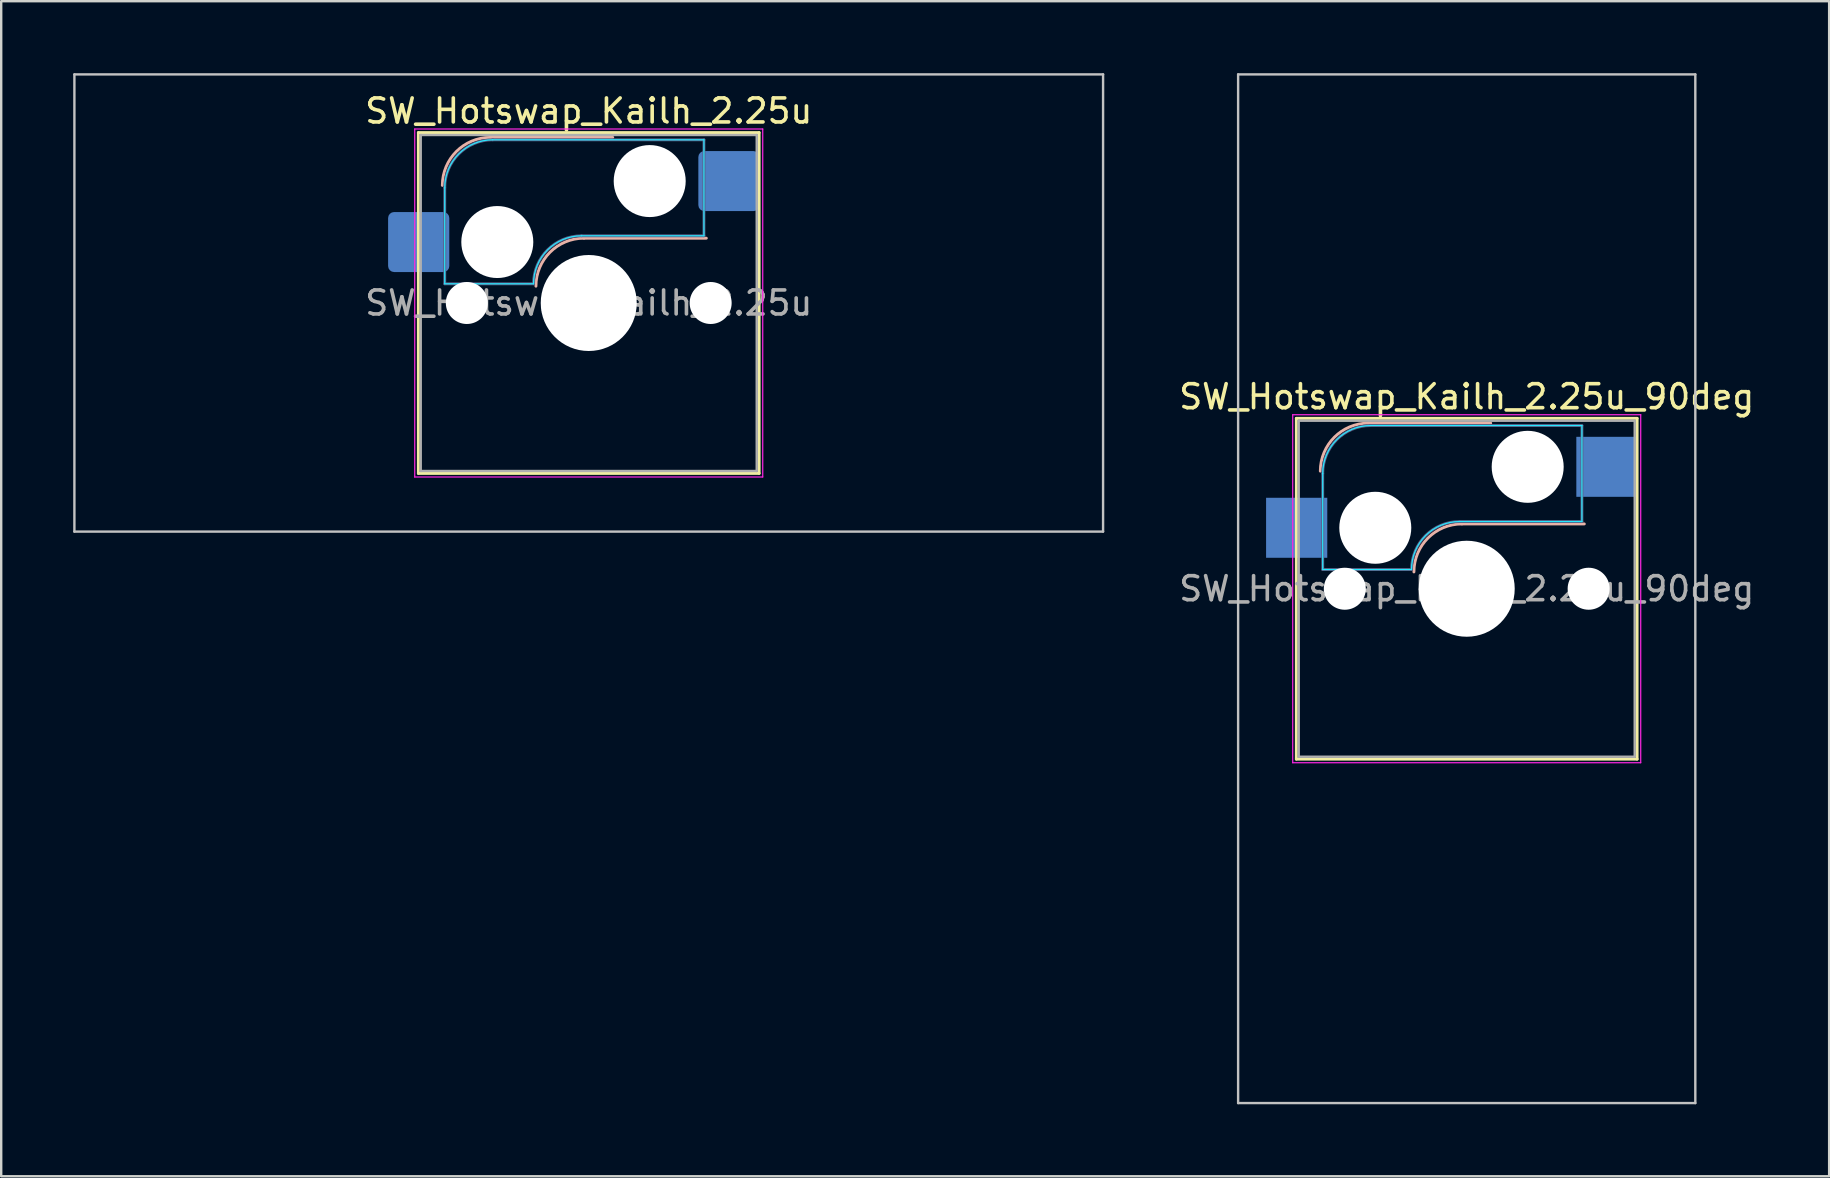
<source format=kicad_pcb>
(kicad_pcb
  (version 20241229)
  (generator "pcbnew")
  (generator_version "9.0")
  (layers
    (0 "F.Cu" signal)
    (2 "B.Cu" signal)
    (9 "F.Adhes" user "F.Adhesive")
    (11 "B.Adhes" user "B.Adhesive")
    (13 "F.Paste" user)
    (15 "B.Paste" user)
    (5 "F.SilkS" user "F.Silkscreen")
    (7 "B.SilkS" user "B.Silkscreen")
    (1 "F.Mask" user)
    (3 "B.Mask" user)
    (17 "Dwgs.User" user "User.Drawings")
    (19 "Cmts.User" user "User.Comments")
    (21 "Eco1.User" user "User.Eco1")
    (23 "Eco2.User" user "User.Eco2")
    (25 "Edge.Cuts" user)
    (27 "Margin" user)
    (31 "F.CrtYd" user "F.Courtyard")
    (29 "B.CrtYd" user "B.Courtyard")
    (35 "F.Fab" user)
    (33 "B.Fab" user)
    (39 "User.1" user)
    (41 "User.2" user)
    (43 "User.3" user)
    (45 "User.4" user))
  (footprint "SW_Hotswap_Kailh_2.25u_90deg"
    (layer "F.Cu")
    (at 58.064 21.481)
    (property "Reference" "SW_Hotswap_Kailh_2.25u_90deg" (at 0 -8 0) (layer "F.SilkS") (effects (font (size 1 1) (thickness 0.15))))
    (attr smd)
    (fp_line (start -7.1 -7.1) (end -7.1 7.1) (stroke (width 0.12) (type solid)) (layer "F.SilkS"))
    (fp_line (start -7.1 7.1) (end 7.1 7.1) (stroke (width 0.12) (type solid)) (layer "F.SilkS"))
    (fp_line (start 7.1 -7.1) (end -7.1 -7.1) (stroke (width 0.12) (type solid)) (layer "F.SilkS"))
    (fp_line (start 7.1 7.1) (end 7.1 -7.1) (stroke (width 0.12) (type solid)) (layer "F.SilkS"))
    (fp_line (start -4.1 -6.9) (end 1 -6.9) (stroke (width 0.12) (type solid)) (layer "B.SilkS"))
    (fp_line (start -0.2 -2.7) (end 4.9 -2.7) (stroke (width 0.12) (type solid)) (layer "B.SilkS"))
    (fp_arc (start -6.1 -4.9) (mid -5.514214 -6.314214) (end -4.1 -6.9) (stroke (width 0.12) (type solid)) (layer "B.SilkS"))
    (fp_arc (start -2.2 -0.7) (mid -1.614214 -2.114214) (end -0.2 -2.7) (stroke (width 0.12) (type solid)) (layer "B.SilkS"))
    (fp_line (start -9.525 -21.431) (end 9.525 -21.431) (stroke (width 0.1) (type solid)) (layer "Dwgs.User"))
    (fp_line (start -9.525 21.431) (end -9.525 -21.431) (stroke (width 0.1) (type solid)) (layer "Dwgs.User"))
    (fp_line (start 9.525 -21.431) (end 9.525 21.431) (stroke (width 0.1) (type solid)) (layer "Dwgs.User"))
    (fp_line (start 9.525 21.431) (end -9.525 21.431) (stroke (width 0.1) (type solid)) (layer "Dwgs.User"))
    (fp_line (start -7.8 -6) (end -7 -6) (stroke (width 0.1) (type solid)) (layer "Eco1.User"))
    (fp_line (start -7.8 -2.9) (end -7.8 -6) (stroke (width 0.1) (type solid)) (layer "Eco1.User"))
    (fp_line (start -7.8 2.9) (end -7 2.9) (stroke (width 0.1) (type solid)) (layer "Eco1.User"))
    (fp_line (start -7.8 6) (end -7.8 2.9) (stroke (width 0.1) (type solid)) (layer "Eco1.User"))
    (fp_line (start -7 -7) (end 7 -7) (stroke (width 0.1) (type solid)) (layer "Eco1.User"))
    (fp_line (start -7 -6) (end -7 -7) (stroke (width 0.1) (type solid)) (layer "Eco1.User"))
    (fp_line (start -7 -2.9) (end -7.8 -2.9) (stroke (width 0.1) (type solid)) (layer "Eco1.User"))
    (fp_line (start -7 2.9) (end -7 -2.9) (stroke (width 0.1) (type solid)) (layer "Eco1.User"))
    (fp_line (start -7 6) (end -7.8 6) (stroke (width 0.1) (type solid)) (layer "Eco1.User"))
    (fp_line (start -7 7) (end -7 6) (stroke (width 0.1) (type solid)) (layer "Eco1.User"))
    (fp_line (start 7 -7) (end 7 -6) (stroke (width 0.1) (type solid)) (layer "Eco1.User"))
    (fp_line (start 7 -6) (end 7.8 -6) (stroke (width 0.1) (type solid)) (layer "Eco1.User"))
    (fp_line (start 7 -2.9) (end 7 2.9) (stroke (width 0.1) (type solid)) (layer "Eco1.User"))
    (fp_line (start 7 2.9) (end 7.8 2.9) (stroke (width 0.1) (type solid)) (layer "Eco1.User"))
    (fp_line (start 7 6) (end 7 7) (stroke (width 0.1) (type solid)) (layer "Eco1.User"))
    (fp_line (start 7 7) (end -7 7) (stroke (width 0.1) (type solid)) (layer "Eco1.User"))
    (fp_line (start 7.8 -6) (end 7.8 -2.9) (stroke (width 0.1) (type solid)) (layer "Eco1.User"))
    (fp_line (start 7.8 -2.9) (end 7 -2.9) (stroke (width 0.1) (type solid)) (layer "Eco1.User"))
    (fp_line (start 7.8 2.9) (end 7.8 6) (stroke (width 0.1) (type solid)) (layer "Eco1.User"))
    (fp_line (start 7.8 6) (end 7 6) (stroke (width 0.1) (type solid)) (layer "Eco1.User"))
    (fp_line (start -6 -0.8) (end -6 -4.8) (stroke (width 0.05) (type solid)) (layer "B.CrtYd"))
    (fp_line (start -6 -0.8) (end -2.3 -0.8) (stroke (width 0.05) (type solid)) (layer "B.CrtYd"))
    (fp_line (start -4 -6.8) (end 4.8 -6.8) (stroke (width 0.05) (type solid)) (layer "B.CrtYd"))
    (fp_line (start -0.3 -2.8) (end 4.8 -2.8) (stroke (width 0.05) (type solid)) (layer "B.CrtYd"))
    (fp_line (start 4.8 -6.8) (end 4.8 -2.8) (stroke (width 0.05) (type solid)) (layer "B.CrtYd"))
    (fp_arc (start -6 -4.8) (mid -5.414214 -6.214214) (end -4 -6.8) (stroke (width 0.05) (type solid)) (layer "B.CrtYd"))
    (fp_arc (start -2.3 -0.8) (mid -1.714214 -2.214214) (end -0.3 -2.8) (stroke (width 0.05) (type solid)) (layer "B.CrtYd"))
    (fp_line (start -7.25 -7.25) (end -7.25 7.25) (stroke (width 0.05) (type solid)) (layer "F.CrtYd"))
    (fp_line (start -7.25 7.25) (end 7.25 7.25) (stroke (width 0.05) (type solid)) (layer "F.CrtYd"))
    (fp_line (start 7.25 -7.25) (end -7.25 -7.25) (stroke (width 0.05) (type solid)) (layer "F.CrtYd"))
    (fp_line (start 7.25 7.25) (end 7.25 -7.25) (stroke (width 0.05) (type solid)) (layer "F.CrtYd"))
    (fp_line (start -6 -0.8) (end -6 -4.8) (stroke (width 0.12) (type solid)) (layer "B.Fab"))
    (fp_line (start -6 -0.8) (end -2.3 -0.8) (stroke (width 0.12) (type solid)) (layer "B.Fab"))
    (fp_line (start -4 -6.8) (end 4.8 -6.8) (stroke (width 0.12) (type solid)) (layer "B.Fab"))
    (fp_line (start -0.3 -2.8) (end 4.8 -2.8) (stroke (width 0.12) (type solid)) (layer "B.Fab"))
    (fp_line (start 4.8 -6.8) (end 4.8 -2.8) (stroke (width 0.12) (type solid)) (layer "B.Fab"))
    (fp_arc (start -6 -4.8) (mid -5.414214 -6.214214) (end -4 -6.8) (stroke (width 0.12) (type solid)) (layer "B.Fab"))
    (fp_arc (start -2.3 -0.8) (mid -1.714214 -2.214214) (end -0.3 -2.8) (stroke (width 0.12) (type solid)) (layer "B.Fab"))
    (fp_line (start -7 -7) (end -7 7) (stroke (width 0.1) (type solid)) (layer "F.Fab"))
    (fp_line (start -7 7) (end 7 7) (stroke (width 0.1) (type solid)) (layer "F.Fab"))
    (fp_line (start 7 -7) (end -7 -7) (stroke (width 0.1) (type solid)) (layer "F.Fab"))
    (fp_line (start 7 7) (end 7 -7) (stroke (width 0.1) (type solid)) (layer "F.Fab"))
    (fp_text user "${REFERENCE}" (at 0 0 0) (layer "F.Fab") (effects (font (size 1 1) (thickness 0.15))))
    (pad "" np_thru_hole circle (at -5.08 0) (size 1.75 1.75) (drill 1.75) (layers "*.Cu" "*.Mask"))
    (pad "" np_thru_hole circle (at -3.81 -2.54) (size 3 3) (drill 3) (layers "*.Cu" "*.Mask"))
    (pad "" np_thru_hole circle (at 0 0) (size 4 4) (drill 4) (layers "*.Cu" "*.Mask"))
    (pad "" np_thru_hole circle (at 2.54 -5.08) (size 3 3) (drill 3) (layers "*.Cu" "*.Mask"))
    (pad "" np_thru_hole circle (at 5.08 0) (size 1.75 1.75) (drill 1.75) (layers "*.Cu" "*.Mask"))
    (pad "1" smd rect (at -7.085 -2.54) (size 2.55 2.5) (layers "B.Cu" "B.Mask" "B.Paste"))
    (pad "2" smd rect (at 5.842 -5.08) (size 2.55 2.5) (layers "B.Cu" "B.Mask" "B.Paste")))
  (footprint "SW_Hotswap_Kailh_2.25u"
    (layer "F.Cu")
    (at 21.481 9.575)
    (property "Reference" "SW_Hotswap_Kailh_2.25u" (at 0 -8 0) (layer "F.SilkS") (effects (font (size 1 1) (thickness 0.15))))
    (attr smd)
    (fp_line (start -7.1 -7.1) (end -7.1 7.1) (stroke (width 0.12) (type solid)) (layer "F.SilkS"))
    (fp_line (start -7.1 7.1) (end 7.1 7.1) (stroke (width 0.12) (type solid)) (layer "F.SilkS"))
    (fp_line (start 7.1 -7.1) (end -7.1 -7.1) (stroke (width 0.12) (type solid)) (layer "F.SilkS"))
    (fp_line (start 7.1 7.1) (end 7.1 -7.1) (stroke (width 0.12) (type solid)) (layer "F.SilkS"))
    (fp_line (start -4.1 -6.9) (end 1 -6.9) (stroke (width 0.12) (type solid)) (layer "B.SilkS"))
    (fp_line (start -0.2 -2.7) (end 4.9 -2.7) (stroke (width 0.12) (type solid)) (layer "B.SilkS"))
    (fp_arc (start -6.1 -4.9) (mid -5.514214 -6.314214) (end -4.1 -6.9) (stroke (width 0.12) (type solid)) (layer "B.SilkS"))
    (fp_arc (start -2.2 -0.7) (mid -1.614214 -2.114214) (end -0.2 -2.7) (stroke (width 0.12) (type solid)) (layer "B.SilkS"))
    (fp_line (start -21.431 -9.525) (end -21.431 9.525) (stroke (width 0.1) (type solid)) (layer "Dwgs.User"))
    (fp_line (start -21.431 9.525) (end 21.431 9.525) (stroke (width 0.1) (type solid)) (layer "Dwgs.User"))
    (fp_line (start 21.431 -9.525) (end -21.431 -9.525) (stroke (width 0.1) (type solid)) (layer "Dwgs.User"))
    (fp_line (start 21.431 9.525) (end 21.431 -9.525) (stroke (width 0.1) (type solid)) (layer "Dwgs.User"))
    (fp_line (start -7.8 -6) (end -7 -6) (stroke (width 0.1) (type solid)) (layer "Eco1.User"))
    (fp_line (start -7.8 -2.9) (end -7.8 -6) (stroke (width 0.1) (type solid)) (layer "Eco1.User"))
    (fp_line (start -7.8 2.9) (end -7 2.9) (stroke (width 0.1) (type solid)) (layer "Eco1.User"))
    (fp_line (start -7.8 6) (end -7.8 2.9) (stroke (width 0.1) (type solid)) (layer "Eco1.User"))
    (fp_line (start -7 -7) (end 7 -7) (stroke (width 0.1) (type solid)) (layer "Eco1.User"))
    (fp_line (start -7 -6) (end -7 -7) (stroke (width 0.1) (type solid)) (layer "Eco1.User"))
    (fp_line (start -7 -2.9) (end -7.8 -2.9) (stroke (width 0.1) (type solid)) (layer "Eco1.User"))
    (fp_line (start -7 2.9) (end -7 -2.9) (stroke (width 0.1) (type solid)) (layer "Eco1.User"))
    (fp_line (start -7 6) (end -7.8 6) (stroke (width 0.1) (type solid)) (layer "Eco1.User"))
    (fp_line (start -7 7) (end -7 6) (stroke (width 0.1) (type solid)) (layer "Eco1.User"))
    (fp_line (start 7 -7) (end 7 -6) (stroke (width 0.1) (type solid)) (layer "Eco1.User"))
    (fp_line (start 7 -6) (end 7.8 -6) (stroke (width 0.1) (type solid)) (layer "Eco1.User"))
    (fp_line (start 7 -2.9) (end 7 2.9) (stroke (width 0.1) (type solid)) (layer "Eco1.User"))
    (fp_line (start 7 2.9) (end 7.8 2.9) (stroke (width 0.1) (type solid)) (layer "Eco1.User"))
    (fp_line (start 7 6) (end 7 7) (stroke (width 0.1) (type solid)) (layer "Eco1.User"))
    (fp_line (start 7 7) (end -7 7) (stroke (width 0.1) (type solid)) (layer "Eco1.User"))
    (fp_line (start 7.8 -6) (end 7.8 -2.9) (stroke (width 0.1) (type solid)) (layer "Eco1.User"))
    (fp_line (start 7.8 -2.9) (end 7 -2.9) (stroke (width 0.1) (type solid)) (layer "Eco1.User"))
    (fp_line (start 7.8 2.9) (end 7.8 6) (stroke (width 0.1) (type solid)) (layer "Eco1.User"))
    (fp_line (start 7.8 6) (end 7 6) (stroke (width 0.1) (type solid)) (layer "Eco1.User"))
    (fp_line (start -6 -0.8) (end -6 -4.8) (stroke (width 0.05) (type solid)) (layer "B.CrtYd"))
    (fp_line (start -6 -0.8) (end -2.3 -0.8) (stroke (width 0.05) (type solid)) (layer "B.CrtYd"))
    (fp_line (start -4 -6.8) (end 4.8 -6.8) (stroke (width 0.05) (type solid)) (layer "B.CrtYd"))
    (fp_line (start -0.3 -2.8) (end 4.8 -2.8) (stroke (width 0.05) (type solid)) (layer "B.CrtYd"))
    (fp_line (start 4.8 -6.8) (end 4.8 -2.8) (stroke (width 0.05) (type solid)) (layer "B.CrtYd"))
    (fp_arc (start -6 -4.8) (mid -5.414214 -6.214214) (end -4 -6.8) (stroke (width 0.05) (type solid)) (layer "B.CrtYd"))
    (fp_arc (start -2.3 -0.8) (mid -1.714214 -2.214214) (end -0.3 -2.8) (stroke (width 0.05) (type solid)) (layer "B.CrtYd"))
    (fp_line (start -7.25 -7.25) (end -7.25 7.25) (stroke (width 0.05) (type solid)) (layer "F.CrtYd"))
    (fp_line (start -7.25 7.25) (end 7.25 7.25) (stroke (width 0.05) (type solid)) (layer "F.CrtYd"))
    (fp_line (start 7.25 -7.25) (end -7.25 -7.25) (stroke (width 0.05) (type solid)) (layer "F.CrtYd"))
    (fp_line (start 7.25 7.25) (end 7.25 -7.25) (stroke (width 0.05) (type solid)) (layer "F.CrtYd"))
    (fp_line (start -6 -0.8) (end -6 -4.8) (stroke (width 0.12) (type solid)) (layer "B.Fab"))
    (fp_line (start -6 -0.8) (end -2.3 -0.8) (stroke (width 0.12) (type solid)) (layer "B.Fab"))
    (fp_line (start -4 -6.8) (end 4.8 -6.8) (stroke (width 0.12) (type solid)) (layer "B.Fab"))
    (fp_line (start -0.3 -2.8) (end 4.8 -2.8) (stroke (width 0.12) (type solid)) (layer "B.Fab"))
    (fp_line (start 4.8 -6.8) (end 4.8 -2.8) (stroke (width 0.12) (type solid)) (layer "B.Fab"))
    (fp_arc (start -6 -4.8) (mid -5.414214 -6.214214) (end -4 -6.8) (stroke (width 0.12) (type solid)) (layer "B.Fab"))
    (fp_arc (start -2.3 -0.8) (mid -1.714214 -2.214214) (end -0.3 -2.8) (stroke (width 0.12) (type solid)) (layer "B.Fab"))
    (fp_line (start -7 -7) (end -7 7) (stroke (width 0.1) (type solid)) (layer "F.Fab"))
    (fp_line (start -7 7) (end 7 7) (stroke (width 0.1) (type solid)) (layer "F.Fab"))
    (fp_line (start 7 -7) (end -7 -7) (stroke (width 0.1) (type solid)) (layer "F.Fab"))
    (fp_line (start 7 7) (end 7 -7) (stroke (width 0.1) (type solid)) (layer "F.Fab"))
    (fp_text user "${REFERENCE}" (at 0 0 0) (layer "F.Fab") (effects (font (size 1 1) (thickness 0.15))))
    (pad "" np_thru_hole circle (at -5.08 0) (size 1.75 1.75) (drill 1.75) (layers "*.Cu" "*.Mask"))
    (pad "" np_thru_hole circle (at -3.81 -2.54) (size 3 3) (drill 3) (layers "*.Cu" "*.Mask"))
    (pad "" np_thru_hole circle (at 0 0) (size 4 4) (drill 4) (layers "*.Cu" "*.Mask"))
    (pad "" np_thru_hole circle (at 2.54 -5.08) (size 3 3) (drill 3) (layers "*.Cu" "*.Mask"))
    (pad "" np_thru_hole circle (at 5.08 0) (size 1.75 1.75) (drill 1.75) (layers "*.Cu" "*.Mask"))
    (pad "1" smd roundrect (at -7.085 -2.54) (size 2.55 2.5) (layers "B.Cu" "B.Mask" "B.Paste") (roundrect_rratio 0.1))
    (pad "2" smd roundrect (at 5.842 -5.08) (size 2.55 2.5) (layers "B.Cu" "B.Mask" "B.Paste") (roundrect_rratio 0.1)))
  (gr_rect
    (start -3 -3)
    (end 73.165 45.962)
    (stroke (width 0.1) (type default))
    (fill no)
    (layer "Edge.Cuts")))
</source>
